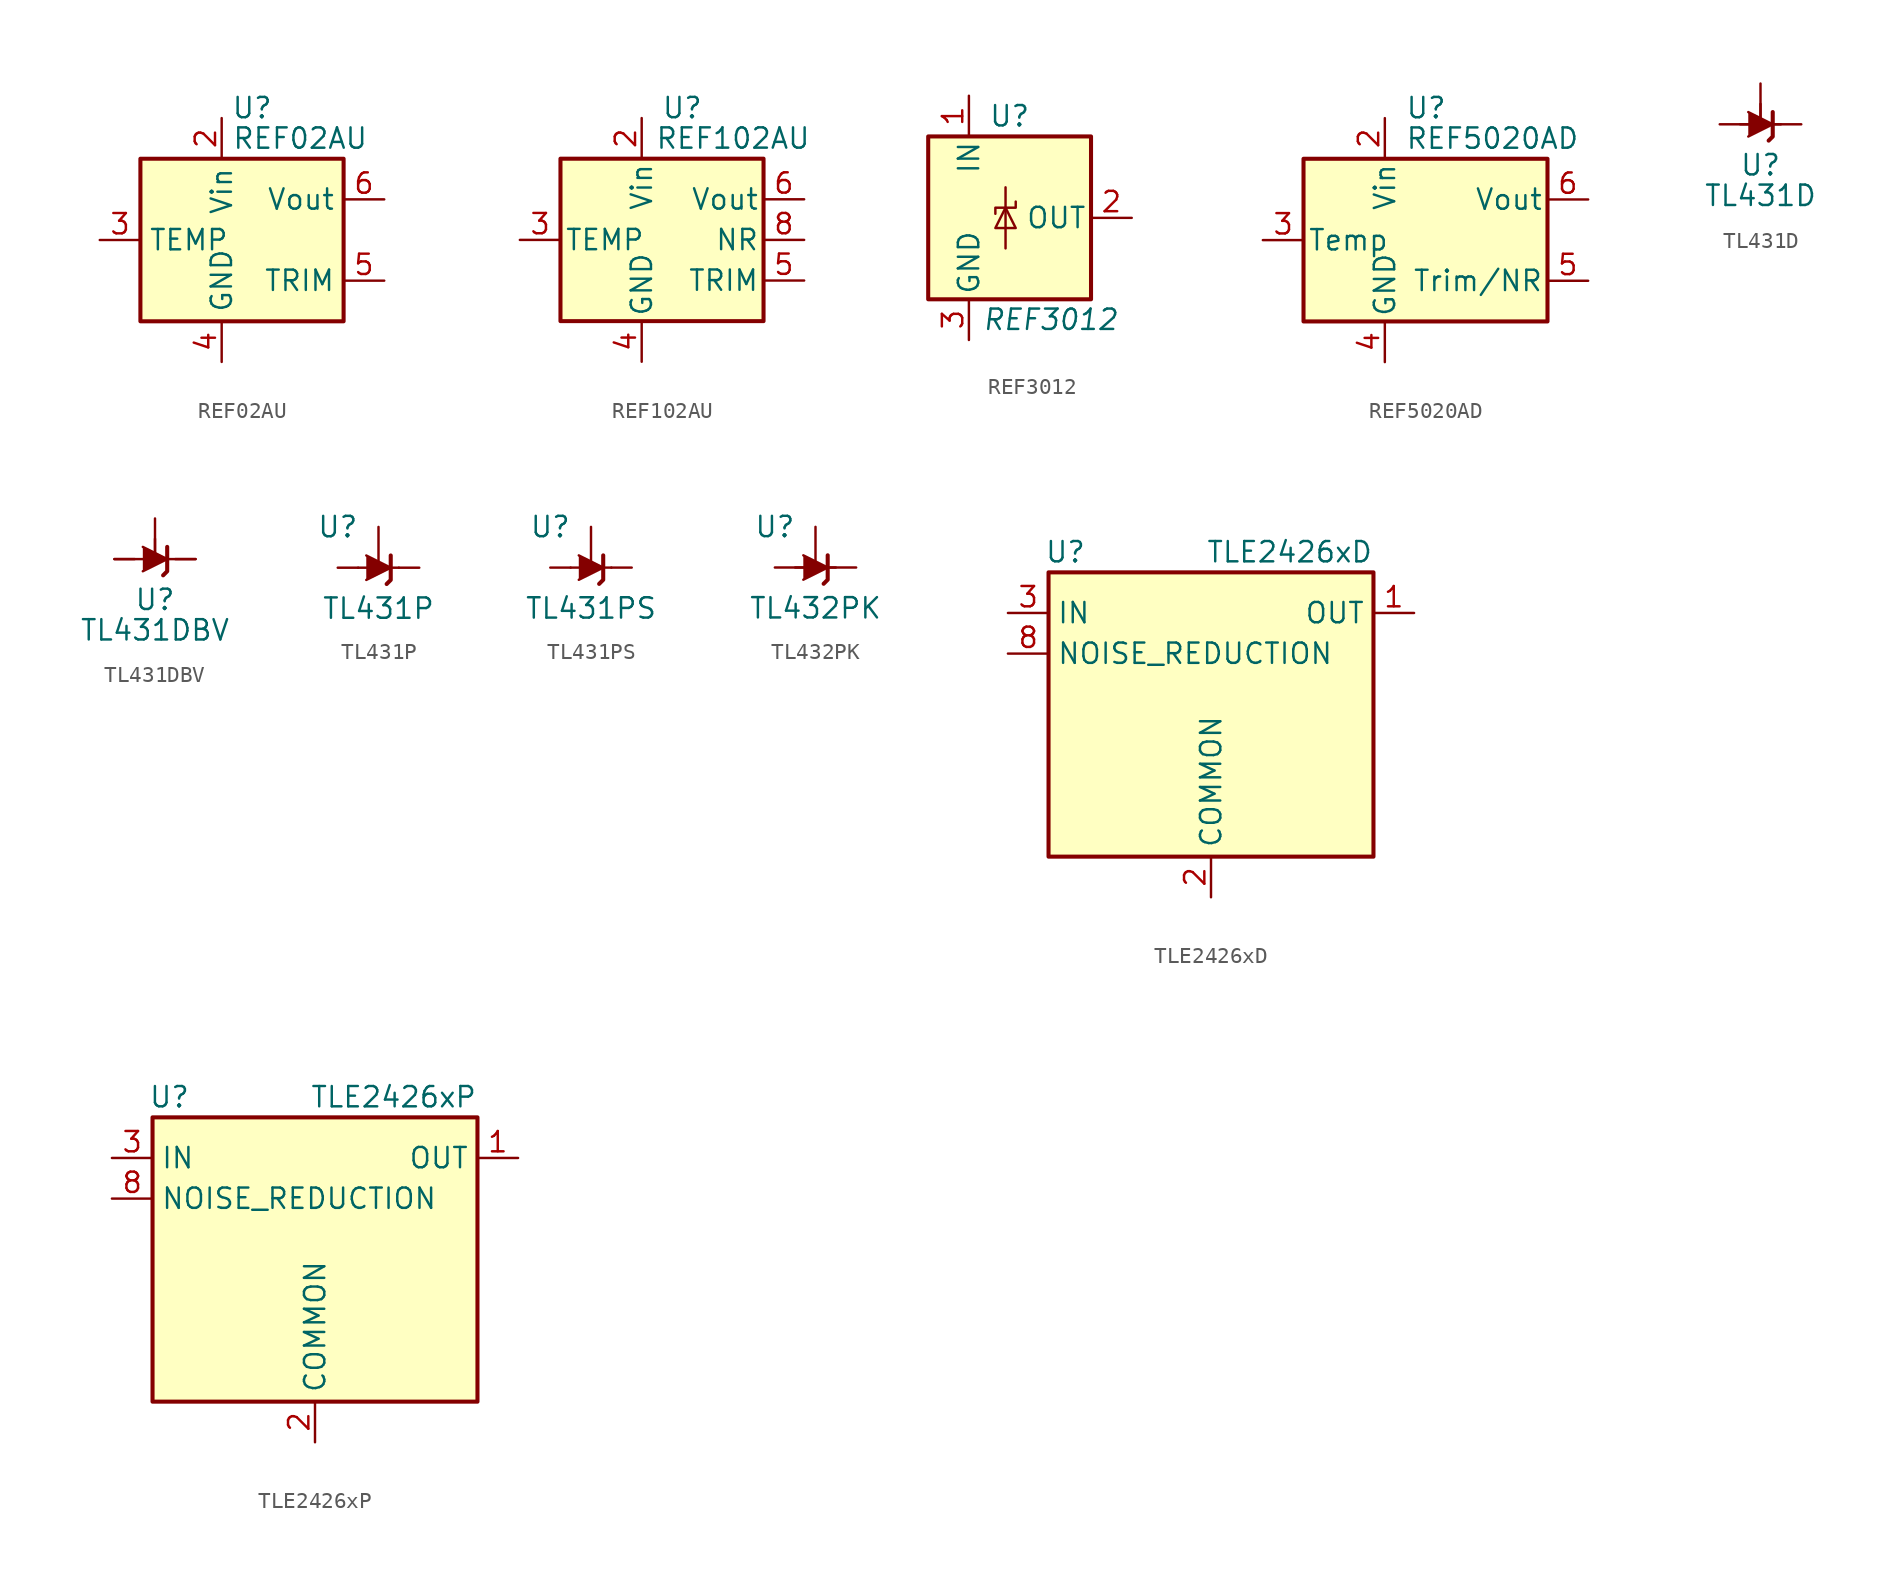
<source format=kicad_sym>
(kicad_symbol_lib
  (version 20201005)
  (generator kicad_symbol_editor)
  (symbol "REF02AU"
    (property "Reference" "U"
      (at 1.905 8.255 0)
      (effects (font (size 1.27 1.27))))
    (property "Value" "REF02AU"
      (at 0.635 6.35 0)
      (effects (font (size 1.27 1.27)) (justify left)))
    (symbol "REF02AU_0_1"
      (rectangle (start -5.08 5.08) (end 7.62 -5.08) (stroke (width 0.254)) (fill (type background))))
    (symbol "REF02AU_1_1"
      (pin no_connect line (at 2.54 -5.08 90) (length 2.54) hide (name "NC" (effects (font (size 1.27 1.27)))) (number "1" (effects (font (size 1.27 1.27)))))
      (pin power_in line (at 0 7.62 270) (length 2.54) (name "Vin" (effects (font (size 1.27 1.27)))) (number "2" (effects (font (size 1.27 1.27)))))
      (pin passive line (at -7.62 0 0) (length 2.54) (name "TEMP" (effects (font (size 1.27 1.27)))) (number "3" (effects (font (size 1.27 1.27)))))
      (pin power_in line (at 0 -7.62 90) (length 2.54) (name "GND" (effects (font (size 1.27 1.27)))) (number "4" (effects (font (size 1.27 1.27)))))
      (pin passive line (at 10.16 -2.54 180) (length 2.54) (name "TRIM" (effects (font (size 1.27 1.27)))) (number "5" (effects (font (size 1.27 1.27)))))
      (pin power_out line (at 10.16 2.54 180) (length 2.54) (name "Vout" (effects (font (size 1.27 1.27)))) (number "6" (effects (font (size 1.27 1.27)))))
      (pin no_connect line (at -2.54 -5.08 90) (length 2.54) hide (name "NC" (effects (font (size 1.27 1.27)))) (number "7" (effects (font (size 1.27 1.27)))))
      (pin no_connect line (at 7.62 0 180) (length 2.54) hide (name "NC" (effects (font (size 1.27 1.27)))) (number "8" (effects (font (size 1.27 1.27)))))))
  (symbol "REF102AU"
    (pin_names
      (offset 0.254))
    (property "Reference" "U"
      (at 0 8.255 0)
      (effects (font (size 1.27 1.27))))
    (property "Value" "REF102AU"
      (at 3.175 6.35 0)
      (effects (font (size 1.27 1.27))))
    (symbol "REF102AU_0_1"
      (rectangle (start -7.62 5.08) (end 5.08 -5.08) (stroke (width 0.254)) (fill (type background))))
    (symbol "REF102AU_1_1"
      (pin no_connect line (at -5.08 -5.08 90) (length 2.54) hide (name "NC" (effects (font (size 1.27 1.27)))) (number "1" (effects (font (size 1.27 1.27)))))
      (pin power_in line (at -2.54 7.62 270) (length 2.54) (name "Vin" (effects (font (size 1.27 1.27)))) (number "2" (effects (font (size 1.27 1.27)))))
      (pin passive line (at -10.16 0 0) (length 2.54) (name "TEMP" (effects (font (size 1.27 1.27)))) (number "3" (effects (font (size 1.27 1.27)))))
      (pin power_in line (at -2.54 -7.62 90) (length 2.54) (name "GND" (effects (font (size 1.27 1.27)))) (number "4" (effects (font (size 1.27 1.27)))))
      (pin passive line (at 7.62 -2.54 180) (length 2.54) (name "TRIM" (effects (font (size 1.27 1.27)))) (number "5" (effects (font (size 1.27 1.27)))))
      (pin power_out line (at 7.62 2.54 180) (length 2.54) (name "Vout" (effects (font (size 1.27 1.27)))) (number "6" (effects (font (size 1.27 1.27)))))
      (pin no_connect line (at 0 -5.08 90) (length 2.54) hide (name "NC" (effects (font (size 1.27 1.27)))) (number "7" (effects (font (size 1.27 1.27)))))
      (pin passive line (at 7.62 0 180) (length 2.54) (name "NR" (effects (font (size 1.27 1.27)))) (number "8" (effects (font (size 1.27 1.27)))))))
  (symbol "REF3012"
    (pin_names
      (offset 0.254))
    (property "Reference" "U"
      (at 0 6.35 0)
      (effects (font (size 1.27 1.27))))
    (property "Value" "REF3012"
      (at 2.54 -6.35 0)
      (effects (font (size 1.27 1.27) italic)))
    (symbol "REF3012_0_1"
      (rectangle (start -5.08 5.08) (end 5.08 -5.08) (stroke (width 0.254)) (fill (type background)))
      (polyline (pts (xy -0.254 1.905) (xy -0.254 -1.905)) (stroke (width 0)) (fill (type none)))
      (polyline (pts (xy -0.889 -0.635) (xy 0.381 -0.635) (xy -0.254 0.635) (xy -0.889 -0.635)) (stroke (width 0)) (fill (type none)))
      (polyline (pts (xy 0.381 1.016) (xy 0.381 0.635) (xy -0.889 0.635) (xy -0.889 0.254)) (stroke (width 0)) (fill (type none))))
    (symbol "REF3012_1_1"
      (pin power_in line (at -2.54 7.62 270) (length 2.54) (name "IN" (effects (font (size 1.27 1.27)))) (number "1" (effects (font (size 1.27 1.27)))))
      (pin power_out line (at 7.62 0 180) (length 2.54) (name "OUT" (effects (font (size 1.27 1.27)))) (number "2" (effects (font (size 1.27 1.27)))))
      (pin power_in line (at -2.54 -7.62 90) (length 2.54) (name "GND" (effects (font (size 1.27 1.27)))) (number "3" (effects (font (size 1.27 1.27)))))))
  (symbol "REF5020AD"
    (pin_names
      (offset 0.254))
    (property "Reference" "U"
      (at -1.27 8.255 0)
      (effects (font (size 1.27 1.27)) (justify left)))
    (property "Value" "REF5020AD"
      (at -1.27 6.35 0)
      (effects (font (size 1.27 1.27)) (justify left)))
    (symbol "REF5020AD_0_1"
      (rectangle (start -7.62 5.08) (end 7.62 -5.08) (stroke (width 0.254)) (fill (type background))))
    (symbol "REF5020AD_1_1"
      (pin no_connect line (at -7.62 2.54 0) (length 2.54) hide (name "DNC" (effects (font (size 1.27 1.27)))) (number "1" (effects (font (size 1.27 1.27)))))
      (pin power_in line (at -2.54 7.62 270) (length 2.54) (name "Vin" (effects (font (size 1.27 1.27)))) (number "2" (effects (font (size 1.27 1.27)))))
      (pin passive line (at -10.16 0 0) (length 2.54) (name "Temp" (effects (font (size 1.27 1.27)))) (number "3" (effects (font (size 1.27 1.27)))))
      (pin power_in line (at -2.54 -7.62 90) (length 2.54) (name "GND" (effects (font (size 1.27 1.27)))) (number "4" (effects (font (size 1.27 1.27)))))
      (pin passive line (at 10.16 -2.54 180) (length 2.54) (name "Trim/NR" (effects (font (size 1.27 1.27)))) (number "5" (effects (font (size 1.27 1.27)))))
      (pin power_out line (at 10.16 2.54 180) (length 2.54) (name "Vout" (effects (font (size 1.27 1.27)))) (number "6" (effects (font (size 1.27 1.27)))))
      (pin no_connect line (at -5.08 -5.08 90) (length 2.54) hide (name "NC" (effects (font (size 1.27 1.27)))) (number "7" (effects (font (size 1.27 1.27)))))
      (pin no_connect line (at 7.62 0 180) (length 2.54) hide (name "DNC" (effects (font (size 1.27 1.27)))) (number "8" (effects (font (size 1.27 1.27)))))))
  (symbol "TL431D"
    (pin_numbers hide)
    (pin_names hide)
    (property "Reference" "U"
      (at 0 -2.54 0)
      (effects (font (size 1.27 1.27))))
    (property "Value" "TL431D"
      (at 0 -4.445 0)
      (effects (font (size 1.27 1.27))))
    (symbol "TL431D_0_1"
      (polyline (pts (xy -1.27 0) (xy 0 0) (xy 1.27 0)) (stroke (width 0)) (fill (type none)))
      (polyline (pts (xy -0.762 0.762) (xy 0.762 0) (xy -0.762 -0.762)) (stroke (width 0)) (fill (type outline)))
      (polyline (pts (xy 0.508 -1.016) (xy 0.762 -0.762) (xy 0.762 0.762) (xy 0.762 0.762)) (stroke (width 0.254)) (fill (type none))))
    (symbol "TL431D_1_1"
      (polyline (pts (xy 0 1.27) (xy 0 0)) (stroke (width 0)) (fill (type none)))
      (pin passive line (at 2.54 0 180) (length 2.54) (name "K" (effects (font (size 1.27 1.27)))) (number "1" (effects (font (size 1.27 1.27)))))
      (pin passive line (at -2.54 0 0) (length 2.54) (name "A" (effects (font (size 1.27 1.27)))) (number "2" (effects (font (size 1.27 1.27)))))
      (pin passive line (at -2.54 0 0) (length 2.54) hide (name "A" (effects (font (size 1.27 1.27)))) (number "3" (effects (font (size 1.27 1.27)))))
      (pin passive line (at -2.54 0 0) (length 2.54) hide (name "A" (effects (font (size 1.27 1.27)))) (number "6" (effects (font (size 1.27 1.27)))))
      (pin passive line (at -2.54 0 0) (length 2.54) hide (name "A" (effects (font (size 1.27 1.27)))) (number "7" (effects (font (size 1.27 1.27)))))
      (pin passive line (at 0 2.54 270) (length 2.54) (name "REF" (effects (font (size 1.27 1.27)))) (number "8" (effects (font (size 1.27 1.27)))))))
  (symbol "TL431DBV"
    (pin_numbers hide)
    (pin_names hide)
    (property "Reference" "U"
      (at 0 -2.54 0)
      (effects (font (size 1.27 1.27))))
    (property "Value" "TL431DBV"
      (at 0 -4.445 0)
      (effects (font (size 1.27 1.27))))
    (symbol "TL431DBV_0_1"
      (polyline (pts (xy -2.54 0) (xy 0 0) (xy 2.54 0)) (stroke (width 0)) (fill (type none)))
      (polyline (pts (xy -0.762 0.762) (xy 0.762 0) (xy -0.762 -0.762)) (stroke (width 0)) (fill (type outline)))
      (polyline (pts (xy 0.508 -1.016) (xy 0.762 -0.762) (xy 0.762 0.762) (xy 0.762 0.762)) (stroke (width 0.254)) (fill (type none))))
    (symbol "TL431DBV_1_1"
      (polyline (pts (xy 0 1.27) (xy 0 0)) (stroke (width 0)) (fill (type none)))
      (pin passive line (at 2.54 0 180) (length 1.27) (name "K" (effects (font (size 1.27 1.27)))) (number "3" (effects (font (size 1.27 1.27)))))
      (pin passive line (at 0 2.54 270) (length 2.54) (name "REF" (effects (font (size 1.27 1.27)))) (number "4" (effects (font (size 1.27 1.27)))))
      (pin passive line (at -2.54 0 0) (length 1.27) (name "A" (effects (font (size 1.27 1.27)))) (number "5" (effects (font (size 1.27 1.27)))))))
  (symbol "TL431P"
    (pin_numbers hide)
    (pin_names hide)
    (property "Reference" "U"
      (at -2.54 2.54 0)
      (effects (font (size 1.27 1.27))))
    (property "Value" "TL431P"
      (at 0 -2.54 0)
      (effects (font (size 1.27 1.27))))
    (symbol "TL431P_0_1"
      (polyline (pts (xy -1.27 0) (xy 0 0) (xy 1.27 0)) (stroke (width 0)) (fill (type none)))
      (polyline (pts (xy -0.762 0.762) (xy 0.762 0) (xy -0.762 -0.762)) (stroke (width 0)) (fill (type outline)))
      (polyline (pts (xy 0.508 -1.016) (xy 0.762 -0.762) (xy 0.762 0.762) (xy 0.762 0.762)) (stroke (width 0.254)) (fill (type none))))
    (symbol "TL431P_1_1"
      (pin passive line (at 2.54 0 180) (length 1.27) (name "K" (effects (font (size 1.27 1.27)))) (number "1" (effects (font (size 1.27 1.27)))))
      (pin passive line (at -2.54 0 0) (length 1.27) (name "A" (effects (font (size 1.27 1.27)))) (number "6" (effects (font (size 1.27 1.27)))))
      (pin passive line (at 0 2.54 270) (length 2.54) (name "REF" (effects (font (size 1.27 1.27)))) (number "8" (effects (font (size 1.27 1.27)))))))
  (symbol "TL431PS"
    (pin_numbers hide)
    (pin_names hide)
    (property "Reference" "U"
      (at -2.54 2.54 0)
      (effects (font (size 1.27 1.27))))
    (property "Value" "TL431PS"
      (at 0 -2.54 0)
      (effects (font (size 1.27 1.27))))
    (symbol "TL431PS_0_1"
      (polyline (pts (xy -1.27 0) (xy 0 0) (xy 1.27 0)) (stroke (width 0)) (fill (type none)))
      (polyline (pts (xy -0.762 0.762) (xy 0.762 0) (xy -0.762 -0.762)) (stroke (width 0)) (fill (type outline)))
      (polyline (pts (xy 0.508 -1.016) (xy 0.762 -0.762) (xy 0.762 0.762) (xy 0.762 0.762)) (stroke (width 0.254)) (fill (type none))))
    (symbol "TL431PS_1_1"
      (pin passive line (at 2.54 0 180) (length 1.27) (name "K" (effects (font (size 1.27 1.27)))) (number "1" (effects (font (size 1.27 1.27)))))
      (pin passive line (at -2.54 0 0) (length 1.27) (name "A" (effects (font (size 1.27 1.27)))) (number "6" (effects (font (size 1.27 1.27)))))
      (pin passive line (at 0 2.54 270) (length 2.54) (name "REF" (effects (font (size 1.27 1.27)))) (number "8" (effects (font (size 1.27 1.27)))))))
  (symbol "TL432PK"
    (pin_numbers hide)
    (pin_names hide)
    (property "Reference" "U"
      (at -2.54 2.54 0)
      (effects (font (size 1.27 1.27))))
    (property "Value" "TL432PK"
      (at 0 -2.54 0)
      (effects (font (size 1.27 1.27))))
    (symbol "TL432PK_0_1"
      (polyline (pts (xy -1.27 0) (xy 0 0) (xy 1.27 0)) (stroke (width 0)) (fill (type none)))
      (polyline (pts (xy -0.762 0.762) (xy 0.762 0) (xy -0.762 -0.762)) (stroke (width 0)) (fill (type outline)))
      (polyline (pts (xy 0.508 -1.016) (xy 0.762 -0.762) (xy 0.762 0.762) (xy 0.762 0.762)) (stroke (width 0.254)) (fill (type none))))
    (symbol "TL432PK_1_1"
      (pin passive line (at 2.54 0 180) (length 2.54) (name "K" (effects (font (size 1.27 1.27)))) (number "1" (effects (font (size 1.27 1.27)))))
      (pin passive line (at -2.54 0 0) (length 2.54) (name "A" (effects (font (size 1.27 1.27)))) (number "2" (effects (font (size 1.27 1.27)))))
      (pin passive line (at 0 2.54 270) (length 2.54) (name "REF" (effects (font (size 1.27 1.27)))) (number "3" (effects (font (size 1.27 1.27)))))))
  (symbol "TLE2426xD"
    (property "Reference" "U"
      (at -10.414 8.89 0)
      (effects (font (size 1.27 1.27)) (justify left)))
    (property "Value" "TLE2426xD"
      (at 10.16 8.89 0)
      (effects (font (size 1.27 1.27)) (justify right)))
    (symbol "TLE2426xD_0_1"
      (rectangle (start -10.16 7.62) (end 10.16 -10.16) (stroke (width 0.254)) (fill (type background))))
    (symbol "TLE2426xD_1_1"
      (pin power_out line (at 12.7 5.08 180) (length 2.54) (name "OUT" (effects (font (size 1.27 1.27)))) (number "1" (effects (font (size 1.27 1.27)))))
      (pin power_in line (at 0 -12.7 90) (length 2.54) (name "COMMON" (effects (font (size 1.27 1.27)))) (number "2" (effects (font (size 1.27 1.27)))))
      (pin power_in line (at -12.7 5.08 0) (length 2.54) (name "IN" (effects (font (size 1.27 1.27)))) (number "3" (effects (font (size 1.27 1.27)))))
      (pin no_connect line (at -10.16 0 0) (length 2.54) hide (name "NC" (effects (font (size 1.27 1.27)))) (number "4" (effects (font (size 1.27 1.27)))))
      (pin no_connect line (at -10.16 -2.54 0) (length 2.54) hide (name "NC" (effects (font (size 1.27 1.27)))) (number "5" (effects (font (size 1.27 1.27)))))
      (pin no_connect line (at 10.16 0 180) (length 2.54) hide (name "NC" (effects (font (size 1.27 1.27)))) (number "6" (effects (font (size 1.27 1.27)))))
      (pin no_connect line (at 10.16 -2.54 180) (length 2.54) hide (name "NC" (effects (font (size 1.27 1.27)))) (number "7" (effects (font (size 1.27 1.27)))))
      (pin passive line (at -12.7 2.54 0) (length 2.54) (name "NOISE_REDUCTION" (effects (font (size 1.27 1.27)))) (number "8" (effects (font (size 1.27 1.27)))))))
  (symbol "TLE2426xP"
    (property "Reference" "U"
      (at -10.414 8.89 0)
      (effects (font (size 1.27 1.27)) (justify left)))
    (property "Value" "TLE2426xP"
      (at 10.16 8.89 0)
      (effects (font (size 1.27 1.27)) (justify right)))
    (symbol "TLE2426xP_0_1"
      (rectangle (start -10.16 7.62) (end 10.16 -10.16) (stroke (width 0.254)) (fill (type background))))
    (symbol "TLE2426xP_1_1"
      (pin power_out line (at 12.7 5.08 180) (length 2.54) (name "OUT" (effects (font (size 1.27 1.27)))) (number "1" (effects (font (size 1.27 1.27)))))
      (pin power_in line (at 0 -12.7 90) (length 2.54) (name "COMMON" (effects (font (size 1.27 1.27)))) (number "2" (effects (font (size 1.27 1.27)))))
      (pin power_in line (at -12.7 5.08 0) (length 2.54) (name "IN" (effects (font (size 1.27 1.27)))) (number "3" (effects (font (size 1.27 1.27)))))
      (pin no_connect line (at -10.16 0 0) (length 2.54) hide (name "NC" (effects (font (size 1.27 1.27)))) (number "4" (effects (font (size 1.27 1.27)))))
      (pin no_connect line (at -10.16 -2.54 0) (length 2.54) hide (name "NC" (effects (font (size 1.27 1.27)))) (number "5" (effects (font (size 1.27 1.27)))))
      (pin no_connect line (at 10.16 0 180) (length 2.54) hide (name "NC" (effects (font (size 1.27 1.27)))) (number "6" (effects (font (size 1.27 1.27)))))
      (pin no_connect line (at 10.16 -2.54 180) (length 2.54) hide (name "NC" (effects (font (size 1.27 1.27)))) (number "7" (effects (font (size 1.27 1.27)))))
      (pin passive line (at -12.7 2.54 0) (length 2.54) (name "NOISE_REDUCTION" (effects (font (size 1.27 1.27)))) (number "8" (effects (font (size 1.27 1.27))))))))
</source>
